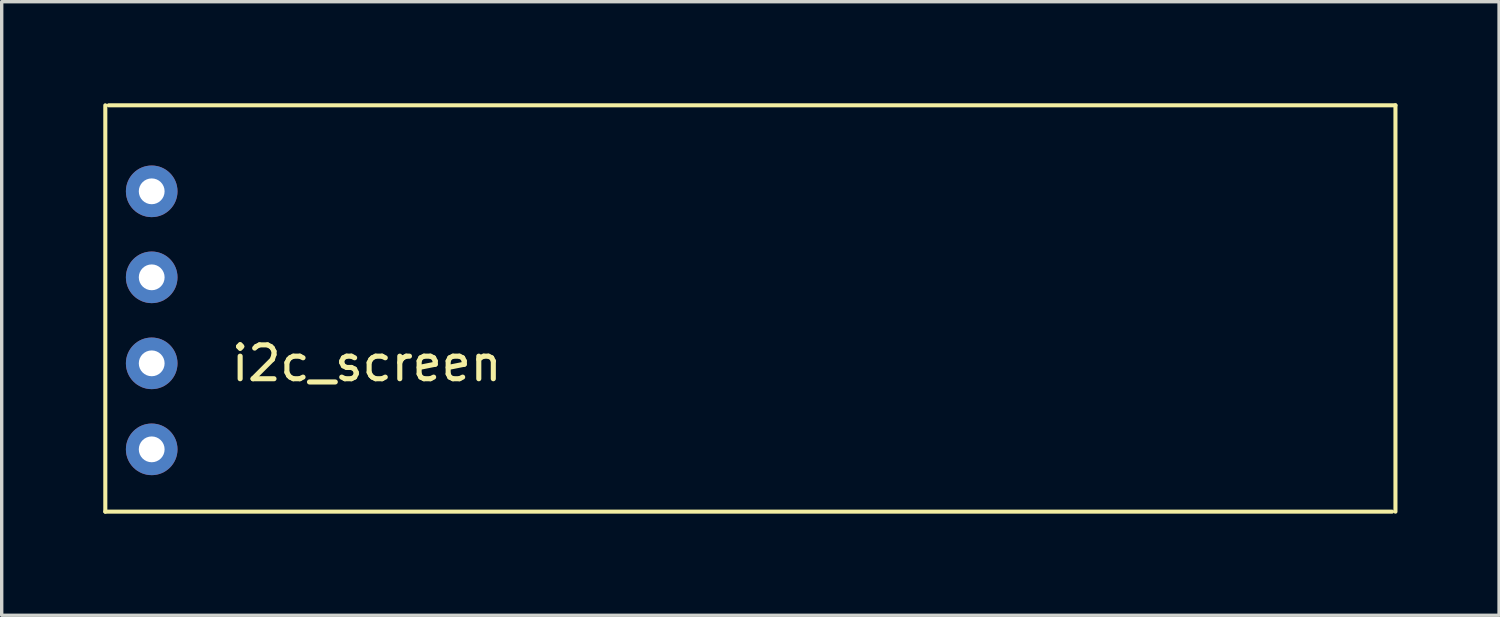
<source format=kicad_pcb>
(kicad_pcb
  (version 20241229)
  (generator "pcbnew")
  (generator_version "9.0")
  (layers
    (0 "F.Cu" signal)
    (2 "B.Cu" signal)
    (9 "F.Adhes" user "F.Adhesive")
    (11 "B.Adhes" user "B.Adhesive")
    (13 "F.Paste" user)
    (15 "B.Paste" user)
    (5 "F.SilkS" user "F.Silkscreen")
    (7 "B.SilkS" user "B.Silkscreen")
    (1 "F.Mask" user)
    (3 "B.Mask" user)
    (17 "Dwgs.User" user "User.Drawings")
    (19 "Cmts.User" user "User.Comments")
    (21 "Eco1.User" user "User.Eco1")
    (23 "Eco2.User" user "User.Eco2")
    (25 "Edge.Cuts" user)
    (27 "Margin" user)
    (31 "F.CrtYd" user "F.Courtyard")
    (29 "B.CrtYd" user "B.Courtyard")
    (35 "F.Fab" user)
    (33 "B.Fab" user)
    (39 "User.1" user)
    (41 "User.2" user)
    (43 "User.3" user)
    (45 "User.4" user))
  (footprint "i2c_screen"
    (layer "F.Cu")
    (at 1.43 10.22)
    (property "Reference" "i2c_screen" (at 6.35 -2.54 0) (layer "F.SilkS") (effects (font (size 1 1) (thickness 0.15))))
    (attr through_hole)
    (fp_line (start -1.37 -10.16) (end -1.37 1.84) (stroke (width 0.12) (type solid)) (layer "F.SilkS"))
    (fp_line (start -1.37 1.84) (end 36.63 1.84) (stroke (width 0.12) (type solid)) (layer "F.SilkS"))
    (fp_line (start -1.27 -10.16) (end 36.73 -10.16) (stroke (width 0.12) (type solid)) (layer "F.SilkS"))
    (fp_line (start 36.73 -10.16) (end 36.73 1.84) (stroke (width 0.12) (type solid)) (layer "F.SilkS"))
    (pad "GND" thru_hole circle (at 0 0) (size 1.524 1.524) (drill 0.762) (layers "*.Cu" "*.Mask"))
    (pad "SCL" thru_hole circle (at 0 -5.08) (size 1.524 1.524) (drill 0.762) (layers "*.Cu" "*.Mask"))
    (pad "SDA" thru_hole circle (at 0 -7.62) (size 1.524 1.524) (drill 0.762) (layers "*.Cu" "*.Mask"))
    (pad "VCC" thru_hole circle (at 0 -2.54) (size 1.524 1.524) (drill 0.762) (layers "*.Cu" "*.Mask")))
  (gr_rect
    (start -3 -3)
    (end 41.22 15.12)
    (stroke (width 0.1) (type default))
    (fill no)
    (layer "Edge.Cuts")))
</source>
